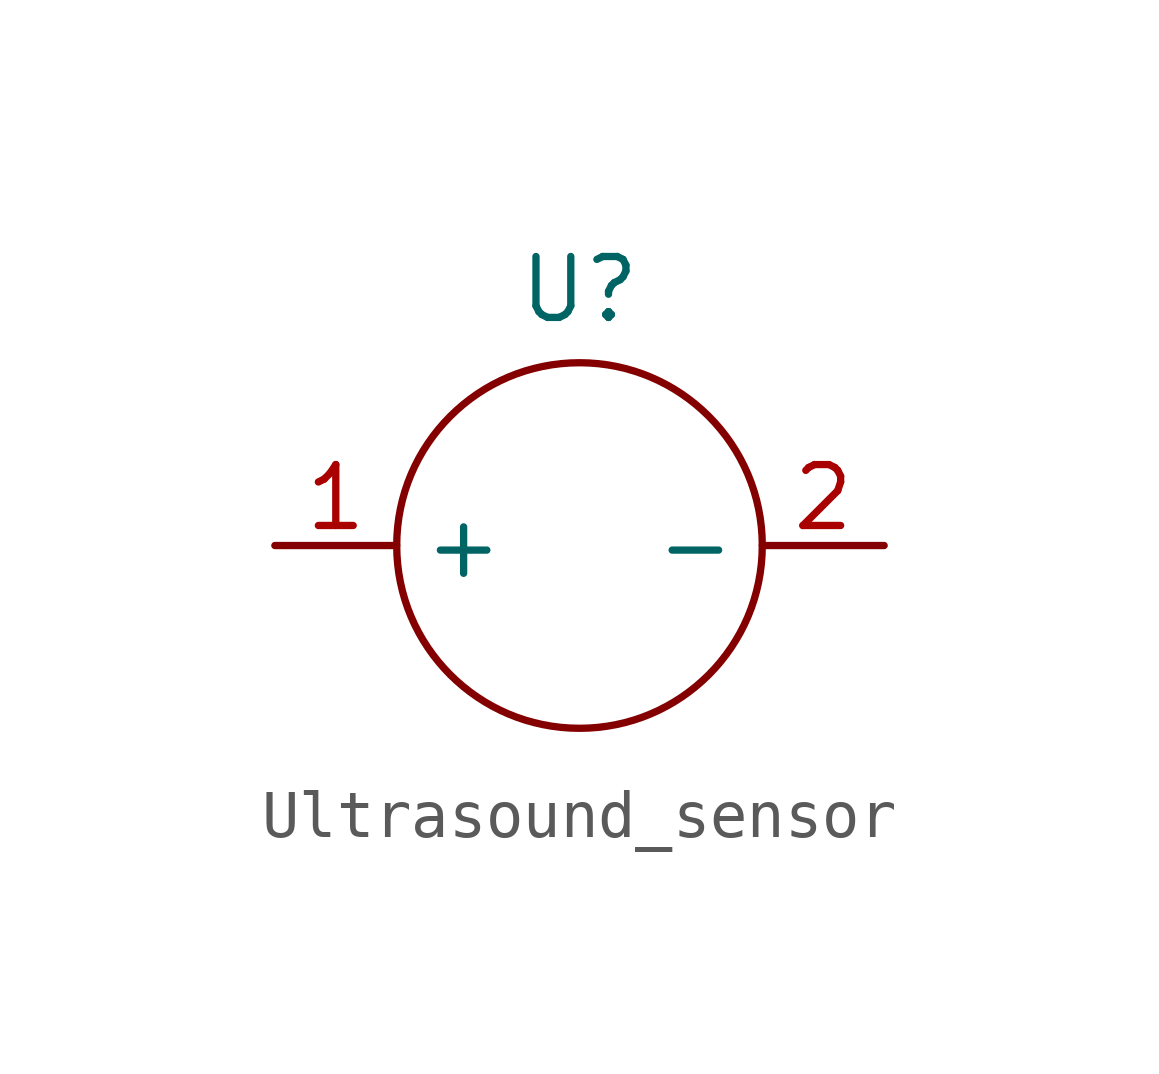
<source format=kicad_sym>
(kicad_symbol_lib
  (version 20241209)
  (generator "kicad_symbol_editor")
  (generator_version "9.0")
  (symbol "Ultrasound_sensor"
    (property "Reference" "U"
      (at 0 5.334 0)
      (effects (font (size 1.27 1.27))))
    (property "Value" ""
      (at 0 0 0)
      (effects (font (size 1.27 1.27))))
    (symbol "Ultrasound_sensor_0_1"
      (circle (center 0 0) (radius 3.81) (stroke (width 0) (type default)) (fill (type none))))
    (symbol "Ultrasound_sensor_1_1"
      (pin input line (at -6.35 0 0) (length 2.54) (name "+" (effects (font (size 1.27 1.27)))) (number "1" (effects (font (size 1.27 1.27)))))
      (pin input line (at 6.35 0 180) (length 2.54) (name "-" (effects (font (size 1.27 1.27)))) (number "2" (effects (font (size 1.27 1.27))))))))
</source>
